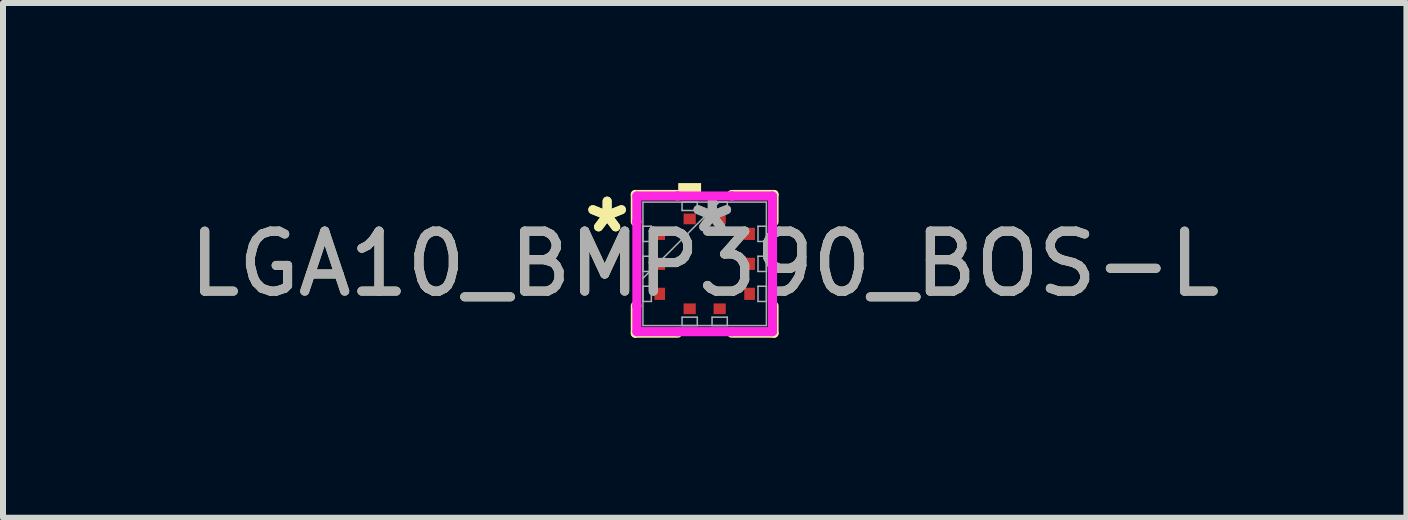
<source format=kicad_pcb>
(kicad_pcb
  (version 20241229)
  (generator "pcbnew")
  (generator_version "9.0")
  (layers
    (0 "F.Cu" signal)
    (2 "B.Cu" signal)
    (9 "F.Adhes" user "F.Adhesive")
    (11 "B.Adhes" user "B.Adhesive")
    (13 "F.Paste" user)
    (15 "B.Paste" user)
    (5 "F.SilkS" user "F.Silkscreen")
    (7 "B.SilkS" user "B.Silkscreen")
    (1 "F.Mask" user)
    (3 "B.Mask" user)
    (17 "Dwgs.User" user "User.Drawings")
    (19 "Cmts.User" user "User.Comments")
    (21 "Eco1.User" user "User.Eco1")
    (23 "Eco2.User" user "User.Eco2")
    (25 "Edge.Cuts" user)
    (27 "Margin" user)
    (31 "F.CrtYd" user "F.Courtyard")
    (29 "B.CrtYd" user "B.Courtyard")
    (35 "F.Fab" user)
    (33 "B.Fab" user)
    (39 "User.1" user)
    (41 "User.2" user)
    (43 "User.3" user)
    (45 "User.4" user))
  (footprint "LGA10_BMP390_BOS-L"
    (layer "F.Cu")
    (at 8.696 1.348)
    (property "Reference" "LGA10_BMP390_BOS-L" (at 0 0 0) (unlocked yes) (layer "F.SilkS") (effects (font (size 1 1) (thickness 0.15))))
    (attr smd)
    (fp_line (start -1.156 -1.156) (end -1.156 -0.701) (stroke (width 0.152) (type solid)) (layer "F.SilkS"))
    (fp_line (start -1.156 0.701) (end -1.156 1.156) (stroke (width 0.152) (type solid)) (layer "F.SilkS"))
    (fp_line (start -1.156 1.156) (end -0.451 1.156) (stroke (width 0.152) (type solid)) (layer "F.SilkS"))
    (fp_line (start -0.451 -1.156) (end -1.156 -1.156) (stroke (width 0.152) (type solid)) (layer "F.SilkS"))
    (fp_line (start 0.451 1.156) (end 1.156 1.156) (stroke (width 0.152) (type solid)) (layer "F.SilkS"))
    (fp_line (start 1.156 -1.156) (end 0.451 -1.156) (stroke (width 0.152) (type solid)) (layer "F.SilkS"))
    (fp_line (start 1.156 -0.701) (end 1.156 -1.156) (stroke (width 0.152) (type solid)) (layer "F.SilkS"))
    (fp_line (start 1.156 1.156) (end 1.156 0.701) (stroke (width 0.152) (type solid)) (layer "F.SilkS"))
    (fp_poly (pts (xy -0.441 -1.092) (xy -0.441 -1.346) (xy -0.06 -1.346) (xy -0.06 -1.092)) (stroke (width 0) (type solid)) (fill yes) (layer "F.SilkS"))
    (fp_line (start -1.13 -1.13) (end -0.453 -1.13) (stroke (width 0.152) (type solid)) (layer "F.CrtYd"))
    (fp_line (start -1.13 -0.703) (end -1.13 -1.13) (stroke (width 0.152) (type solid)) (layer "F.CrtYd"))
    (fp_line (start -1.13 -0.703) (end -1.13 -0.703) (stroke (width 0.152) (type solid)) (layer "F.CrtYd"))
    (fp_line (start -1.13 0.703) (end -1.13 -0.703) (stroke (width 0.152) (type solid)) (layer "F.CrtYd"))
    (fp_line (start -1.13 0.703) (end -1.13 0.703) (stroke (width 0.152) (type solid)) (layer "F.CrtYd"))
    (fp_line (start -1.13 1.13) (end -1.13 0.703) (stroke (width 0.152) (type solid)) (layer "F.CrtYd"))
    (fp_line (start -0.453 -1.13) (end -0.453 -1.13) (stroke (width 0.152) (type solid)) (layer "F.CrtYd"))
    (fp_line (start -0.453 -1.13) (end 0.453 -1.13) (stroke (width 0.152) (type solid)) (layer "F.CrtYd"))
    (fp_line (start -0.453 1.13) (end -1.13 1.13) (stroke (width 0.152) (type solid)) (layer "F.CrtYd"))
    (fp_line (start -0.453 1.13) (end -0.453 1.13) (stroke (width 0.152) (type solid)) (layer "F.CrtYd"))
    (fp_line (start 0.453 -1.13) (end 0.453 -1.13) (stroke (width 0.152) (type solid)) (layer "F.CrtYd"))
    (fp_line (start 0.453 -1.13) (end 1.13 -1.13) (stroke (width 0.152) (type solid)) (layer "F.CrtYd"))
    (fp_line (start 0.453 1.13) (end -0.453 1.13) (stroke (width 0.152) (type solid)) (layer "F.CrtYd"))
    (fp_line (start 0.453 1.13) (end 0.453 1.13) (stroke (width 0.152) (type solid)) (layer "F.CrtYd"))
    (fp_line (start 1.13 -1.13) (end 1.13 -0.703) (stroke (width 0.152) (type solid)) (layer "F.CrtYd"))
    (fp_line (start 1.13 -0.703) (end 1.13 -0.703) (stroke (width 0.152) (type solid)) (layer "F.CrtYd"))
    (fp_line (start 1.13 -0.703) (end 1.13 0.703) (stroke (width 0.152) (type solid)) (layer "F.CrtYd"))
    (fp_line (start 1.13 0.703) (end 1.13 0.703) (stroke (width 0.152) (type solid)) (layer "F.CrtYd"))
    (fp_line (start 1.13 0.703) (end 1.13 1.13) (stroke (width 0.152) (type solid)) (layer "F.CrtYd"))
    (fp_line (start 1.13 1.13) (end 0.453 1.13) (stroke (width 0.152) (type solid)) (layer "F.CrtYd"))
    (fp_line (start -1.029 -1.029) (end -1.029 1.029) (stroke (width 0.025) (type solid)) (layer "F.Fab"))
    (fp_line (start -1.029 -0.627) (end -0.889 -0.627) (stroke (width 0.025) (type solid)) (layer "F.Fab"))
    (fp_line (start -1.029 -0.373) (end -1.029 -0.627) (stroke (width 0.025) (type solid)) (layer "F.Fab"))
    (fp_line (start -1.029 -0.127) (end -0.889 -0.127) (stroke (width 0.025) (type solid)) (layer "F.Fab"))
    (fp_line (start -1.029 0.127) (end -1.029 -0.127) (stroke (width 0.025) (type solid)) (layer "F.Fab"))
    (fp_line (start -1.029 0.241) (end 0.241 -1.029) (stroke (width 0.025) (type solid)) (layer "F.Fab"))
    (fp_line (start -1.029 0.373) (end -0.889 0.373) (stroke (width 0.025) (type solid)) (layer "F.Fab"))
    (fp_line (start -1.029 0.627) (end -1.029 0.373) (stroke (width 0.025) (type solid)) (layer "F.Fab"))
    (fp_line (start -1.029 1.029) (end 1.029 1.029) (stroke (width 0.025) (type solid)) (layer "F.Fab"))
    (fp_line (start -0.889 -0.627) (end -0.889 -0.373) (stroke (width 0.025) (type solid)) (layer "F.Fab"))
    (fp_line (start -0.889 -0.373) (end -1.029 -0.373) (stroke (width 0.025) (type solid)) (layer "F.Fab"))
    (fp_line (start -0.889 -0.127) (end -0.889 0.127) (stroke (width 0.025) (type solid)) (layer "F.Fab"))
    (fp_line (start -0.889 0.127) (end -1.029 0.127) (stroke (width 0.025) (type solid)) (layer "F.Fab"))
    (fp_line (start -0.889 0.373) (end -0.889 0.627) (stroke (width 0.025) (type solid)) (layer "F.Fab"))
    (fp_line (start -0.889 0.627) (end -1.029 0.627) (stroke (width 0.025) (type solid)) (layer "F.Fab"))
    (fp_line (start -0.377 -1.029) (end -0.123 -1.029) (stroke (width 0.025) (type solid)) (layer "F.Fab"))
    (fp_line (start -0.377 -0.889) (end -0.377 -1.029) (stroke (width 0.025) (type solid)) (layer "F.Fab"))
    (fp_line (start -0.377 0.889) (end -0.123 0.889) (stroke (width 0.025) (type solid)) (layer "F.Fab"))
    (fp_line (start -0.377 1.029) (end -0.377 0.889) (stroke (width 0.025) (type solid)) (layer "F.Fab"))
    (fp_line (start -0.123 -1.029) (end -0.123 -0.889) (stroke (width 0.025) (type solid)) (layer "F.Fab"))
    (fp_line (start -0.123 -0.889) (end -0.377 -0.889) (stroke (width 0.025) (type solid)) (layer "F.Fab"))
    (fp_line (start -0.123 0.889) (end -0.123 1.029) (stroke (width 0.025) (type solid)) (layer "F.Fab"))
    (fp_line (start -0.123 1.029) (end -0.377 1.029) (stroke (width 0.025) (type solid)) (layer "F.Fab"))
    (fp_line (start 0.123 -1.029) (end 0.377 -1.029) (stroke (width 0.025) (type solid)) (layer "F.Fab"))
    (fp_line (start 0.123 -0.889) (end 0.123 -1.029) (stroke (width 0.025) (type solid)) (layer "F.Fab"))
    (fp_line (start 0.123 0.889) (end 0.377 0.889) (stroke (width 0.025) (type solid)) (layer "F.Fab"))
    (fp_line (start 0.123 1.029) (end 0.123 0.889) (stroke (width 0.025) (type solid)) (layer "F.Fab"))
    (fp_line (start 0.377 -1.029) (end 0.377 -0.889) (stroke (width 0.025) (type solid)) (layer "F.Fab"))
    (fp_line (start 0.377 -0.889) (end 0.123 -0.889) (stroke (width 0.025) (type solid)) (layer "F.Fab"))
    (fp_line (start 0.377 0.889) (end 0.377 1.029) (stroke (width 0.025) (type solid)) (layer "F.Fab"))
    (fp_line (start 0.377 1.029) (end 0.123 1.029) (stroke (width 0.025) (type solid)) (layer "F.Fab"))
    (fp_line (start 0.889 -0.627) (end 1.029 -0.627) (stroke (width 0.025) (type solid)) (layer "F.Fab"))
    (fp_line (start 0.889 -0.373) (end 0.889 -0.627) (stroke (width 0.025) (type solid)) (layer "F.Fab"))
    (fp_line (start 0.889 -0.127) (end 1.029 -0.127) (stroke (width 0.025) (type solid)) (layer "F.Fab"))
    (fp_line (start 0.889 0.127) (end 0.889 -0.127) (stroke (width 0.025) (type solid)) (layer "F.Fab"))
    (fp_line (start 0.889 0.373) (end 1.029 0.373) (stroke (width 0.025) (type solid)) (layer "F.Fab"))
    (fp_line (start 0.889 0.627) (end 0.889 0.373) (stroke (width 0.025) (type solid)) (layer "F.Fab"))
    (fp_line (start 1.029 -1.029) (end -1.029 -1.029) (stroke (width 0.025) (type solid)) (layer "F.Fab"))
    (fp_line (start 1.029 -0.627) (end 1.029 -0.373) (stroke (width 0.025) (type solid)) (layer "F.Fab"))
    (fp_line (start 1.029 -0.373) (end 0.889 -0.373) (stroke (width 0.025) (type solid)) (layer "F.Fab"))
    (fp_line (start 1.029 -0.127) (end 1.029 0.127) (stroke (width 0.025) (type solid)) (layer "F.Fab"))
    (fp_line (start 1.029 0.127) (end 0.889 0.127) (stroke (width 0.025) (type solid)) (layer "F.Fab"))
    (fp_line (start 1.029 0.373) (end 1.029 0.627) (stroke (width 0.025) (type solid)) (layer "F.Fab"))
    (fp_line (start 1.029 0.627) (end 0.889 0.627) (stroke (width 0.025) (type solid)) (layer "F.Fab"))
    (fp_line (start 1.029 1.029) (end 1.029 -1.029) (stroke (width 0.025) (type solid)) (layer "F.Fab"))
    (fp_text user "*" (at -1.626 -0.5 0) (layer "F.SilkS") (effects (font (size 1 1) (thickness 0.15))))
    (fp_text user "*" (at -1.626 -0.5 0) (unlocked yes) (layer "F.SilkS") (effects (font (size 1 1) (thickness 0.15))))
    (fp_text user "*" (at 0.127 -0.5 0) (layer "F.Fab") (effects (font (size 1 1) (thickness 0.15))))
    (fp_text user "*" (at 0.127 -0.5 0) (unlocked yes) (layer "F.Fab") (effects (font (size 1 1) (thickness 0.15))))
    (fp_text user "${REFERENCE}" (at 0 0 0) (unlocked yes) (layer "F.Fab") (effects (font (size 1 1) (thickness 0.15))))
    (pad "1" smd rect (at 0.25 -0.749) (size 0.203 0.178) (layers "F.Cu" "F.Mask" "F.Paste"))
    (pad "2" smd rect (at -0.25 -0.749) (size 0.203 0.178) (layers "F.Cu" "F.Mask" "F.Paste"))
    (pad "3" smd rect (at -0.749 -0.5 90) (size 0.203 0.178) (layers "F.Cu" "F.Mask" "F.Paste"))
    (pad "4" smd rect (at -0.749 0 90) (size 0.203 0.178) (layers "F.Cu" "F.Mask" "F.Paste"))
    (pad "5" smd rect (at -0.749 0.5 90) (size 0.203 0.178) (layers "F.Cu" "F.Mask" "F.Paste"))
    (pad "6" smd rect (at -0.25 0.749) (size 0.203 0.178) (layers "F.Cu" "F.Mask" "F.Paste"))
    (pad "7" smd rect (at 0.25 0.749) (size 0.203 0.178) (layers "F.Cu" "F.Mask" "F.Paste"))
    (pad "8" smd rect (at 0.749 0.5 90) (size 0.203 0.178) (layers "F.Cu" "F.Mask" "F.Paste"))
    (pad "9" smd rect (at 0.749 0 90) (size 0.203 0.178) (layers "F.Cu" "F.Mask" "F.Paste"))
    (pad "10" smd rect (at 0.749 -0.5 90) (size 0.203 0.178) (layers "F.Cu" "F.Mask" "F.Paste")))
  (gr_rect
    (start -3 -3)
    (end 20.393 5.58)
    (stroke (width 0.1) (type default))
    (fill no)
    (layer "Edge.Cuts")))
</source>
